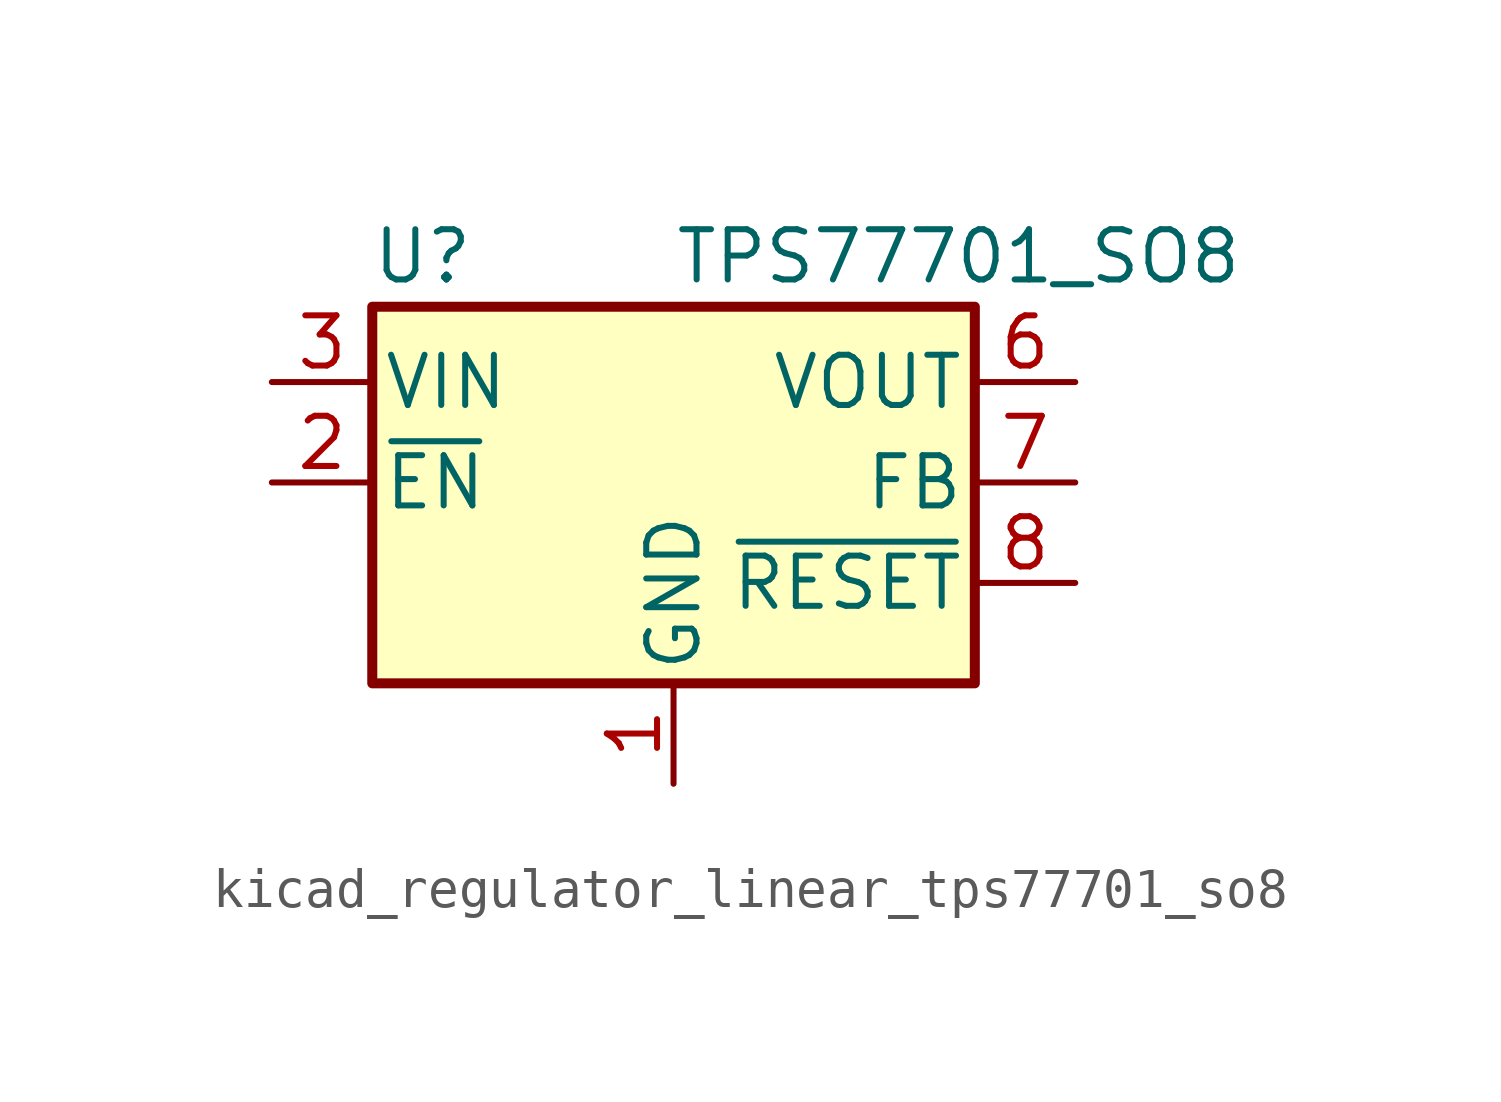
<source format=kicad_sym>
(kicad_symbol_lib
  (version 20220914)
  (generator kicad_symbol_editor)
  (symbol "kicad_regulator_linear_tps77701_so8"
    (pin_names
      (offset 0.254))
    (property "Reference" "U"
      (at -6.35 5.715 0)
      (effects (font (size 1.27 1.27))))
    (property "Value" "TPS77701_SO8"
      (at 0 5.715 0)
      (effects (font (size 1.27 1.27)) (justify left)))
    (symbol "kicad_regulator_linear_tps77701_so8_0_1"
      (rectangle (start -7.62 4.445) (end 7.62 -5.08) (stroke (width 0.254) (type default)) (fill (type background))))
    (symbol "kicad_regulator_linear_tps77701_so8_1_1"
      (pin power_in line (at 0 -7.62 90) (length 2.54) (name "GND" (effects (font (size 1.27 1.27)))) (number "1" (effects (font (size 1.27 1.27)))))
      (pin input line (at -10.16 0 0) (length 2.54) (name "~{EN}" (effects (font (size 1.27 1.27)))) (number "2" (effects (font (size 1.27 1.27)))))
      (pin power_in line (at -10.16 2.54 0) (length 2.54) (name "VIN" (effects (font (size 1.27 1.27)))) (number "3" (effects (font (size 1.27 1.27)))))
      (pin passive line (at -10.16 2.54 0) (length 2.54) hide (name "VIN" (effects (font (size 1.27 1.27)))) (number "4" (effects (font (size 1.27 1.27)))))
      (pin passive line (at 10.16 2.54 180) (length 2.54) hide (name "VOUT" (effects (font (size 1.27 1.27)))) (number "5" (effects (font (size 1.27 1.27)))))
      (pin power_out line (at 10.16 2.54 180) (length 2.54) (name "VOUT" (effects (font (size 1.27 1.27)))) (number "6" (effects (font (size 1.27 1.27)))))
      (pin passive line (at 10.16 0 180) (length 2.54) (name "FB" (effects (font (size 1.27 1.27)))) (number "7" (effects (font (size 1.27 1.27)))))
      (pin open_collector line (at 10.16 -2.54 180) (length 2.54) (name "~{RESET}" (effects (font (size 1.27 1.27)))) (number "8" (effects (font (size 1.27 1.27))))))))
</source>
